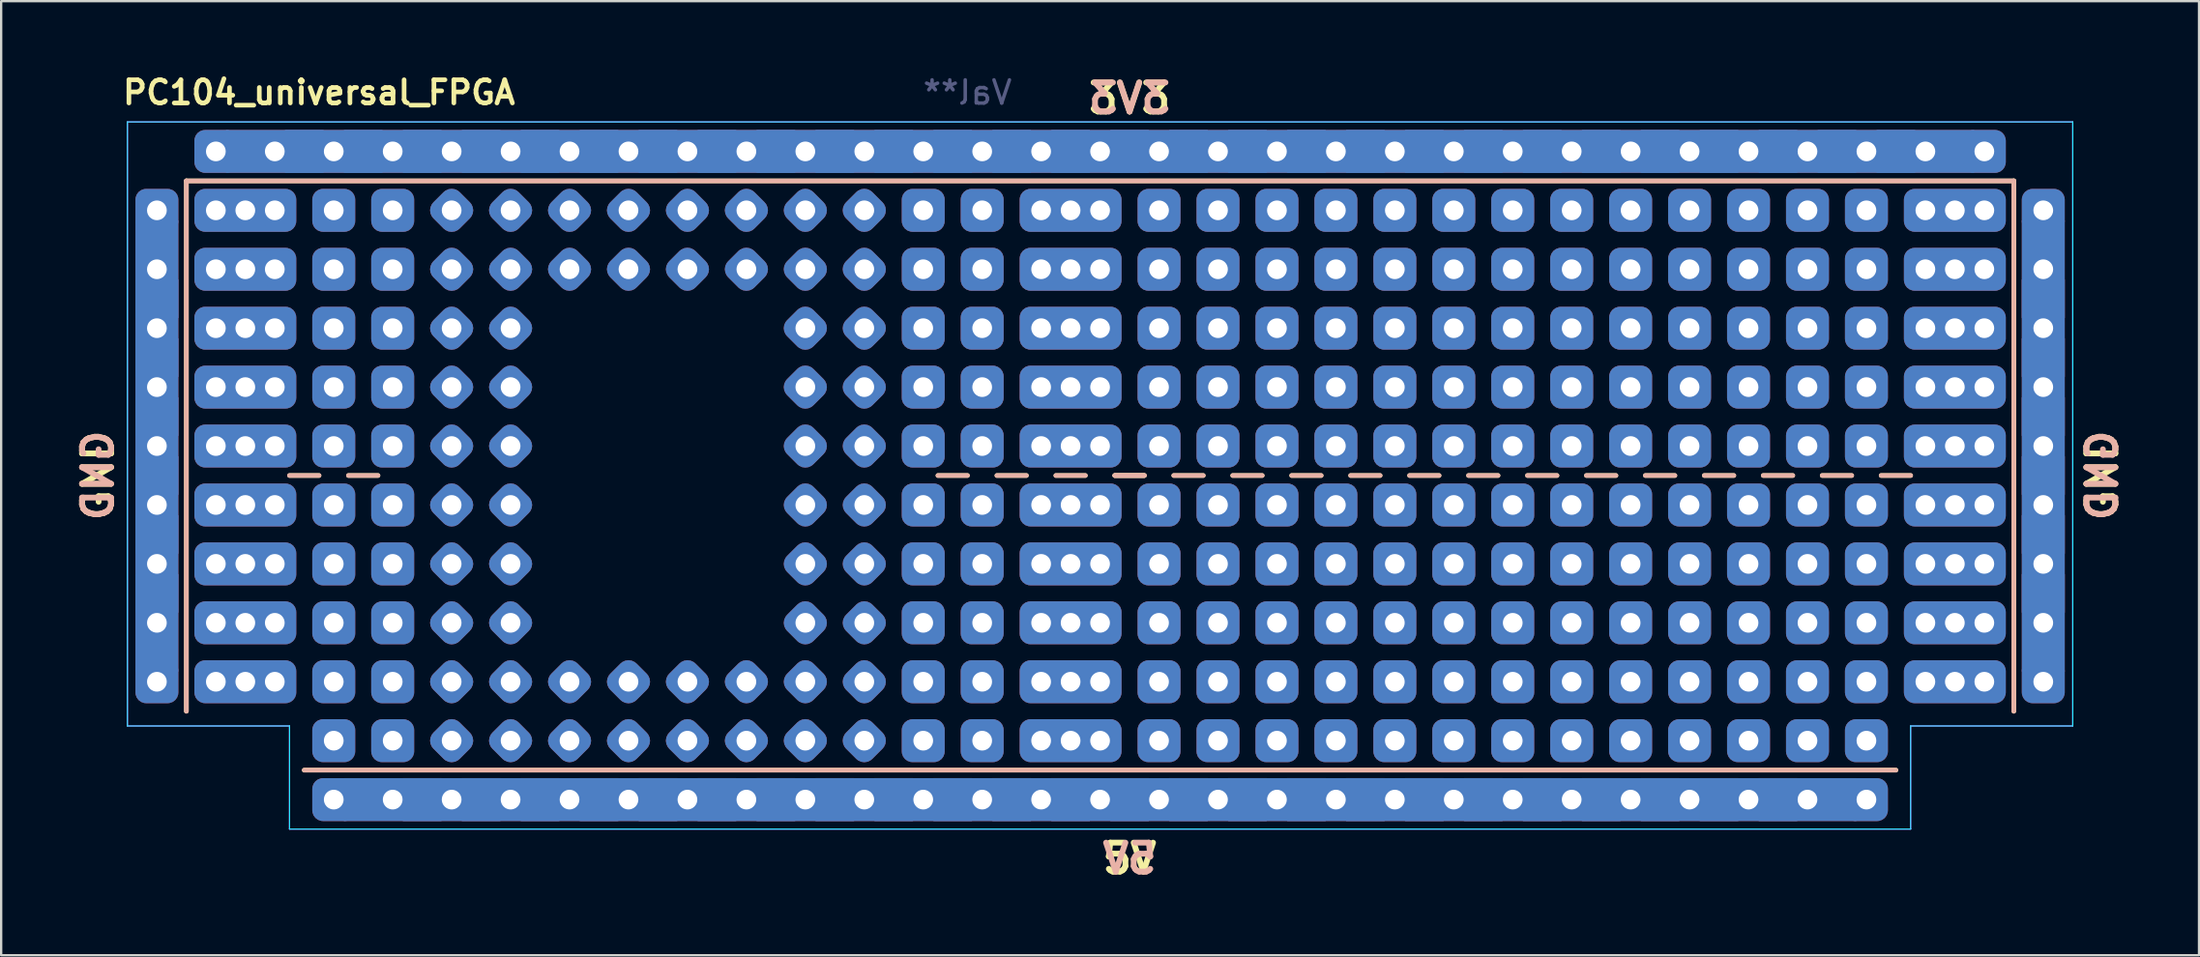
<source format=kicad_pcb>
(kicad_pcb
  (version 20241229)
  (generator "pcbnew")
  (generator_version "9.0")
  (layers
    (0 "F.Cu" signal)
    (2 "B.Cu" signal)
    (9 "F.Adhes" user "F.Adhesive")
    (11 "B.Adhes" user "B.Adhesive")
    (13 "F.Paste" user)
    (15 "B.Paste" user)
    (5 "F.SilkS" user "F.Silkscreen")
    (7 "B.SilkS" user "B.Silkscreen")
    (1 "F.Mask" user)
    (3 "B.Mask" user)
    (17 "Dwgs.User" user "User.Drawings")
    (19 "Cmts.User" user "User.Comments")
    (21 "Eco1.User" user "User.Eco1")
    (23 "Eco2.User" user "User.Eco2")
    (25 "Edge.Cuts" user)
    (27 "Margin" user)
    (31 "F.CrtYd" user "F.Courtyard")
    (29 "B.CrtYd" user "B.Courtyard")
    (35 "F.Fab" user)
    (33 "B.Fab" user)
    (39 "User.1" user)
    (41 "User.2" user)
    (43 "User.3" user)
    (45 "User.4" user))
  (footprint "PC104_universal_FPGA"
    (layer "F.Cu")
    (at 3.71 3.476)
    (property "Reference" "PC104_universal_FPGA" (at 6.985 -2.54 0) (layer "F.SilkS") (effects (font (size 1 1) (thickness 0.2))))
    (attr through_hole)
    (fp_line (start 1.27 1.27) (end 80.01 1.27) (stroke (width 0.2) (type solid)) (layer "F.SilkS"))
    (fp_line (start 1.27 24.13) (end 1.27 1.27) (stroke (width 0.2) (type solid)) (layer "F.SilkS"))
    (fp_line (start 5.715 13.97) (end 6.985 13.97) (stroke (width 0.2) (type solid)) (layer "F.SilkS"))
    (fp_line (start 8.255 13.97) (end 9.525 13.97) (stroke (width 0.2) (type solid)) (layer "F.SilkS"))
    (fp_line (start 33.655 13.97) (end 34.925 13.97) (stroke (width 0.2) (type solid)) (layer "F.SilkS"))
    (fp_line (start 36.195 13.97) (end 37.465 13.97) (stroke (width 0.2) (type solid)) (layer "F.SilkS"))
    (fp_line (start 38.735 13.97) (end 40.005 13.97) (stroke (width 0.2) (type solid)) (layer "F.SilkS"))
    (fp_line (start 41.275 13.97) (end 42.545 13.97) (stroke (width 0.2) (type solid)) (layer "F.SilkS"))
    (fp_line (start 41.275 13.97) (end 42.545 13.97) (stroke (width 0.2) (type solid)) (layer "F.SilkS"))
    (fp_line (start 43.815 13.97) (end 45.085 13.97) (stroke (width 0.2) (type solid)) (layer "F.SilkS"))
    (fp_line (start 46.355 13.97) (end 47.625 13.97) (stroke (width 0.2) (type solid)) (layer "F.SilkS"))
    (fp_line (start 48.895 13.97) (end 50.165 13.97) (stroke (width 0.2) (type solid)) (layer "F.SilkS"))
    (fp_line (start 51.435 13.97) (end 52.705 13.97) (stroke (width 0.2) (type solid)) (layer "F.SilkS"))
    (fp_line (start 53.975 13.97) (end 55.245 13.97) (stroke (width 0.2) (type solid)) (layer "F.SilkS"))
    (fp_line (start 56.515 13.97) (end 57.785 13.97) (stroke (width 0.2) (type solid)) (layer "F.SilkS"))
    (fp_line (start 59.055 13.97) (end 60.325 13.97) (stroke (width 0.2) (type solid)) (layer "F.SilkS"))
    (fp_line (start 61.595 13.97) (end 62.865 13.97) (stroke (width 0.2) (type solid)) (layer "F.SilkS"))
    (fp_line (start 64.135 13.97) (end 65.405 13.97) (stroke (width 0.2) (type solid)) (layer "F.SilkS"))
    (fp_line (start 66.675 13.97) (end 67.945 13.97) (stroke (width 0.2) (type solid)) (layer "F.SilkS"))
    (fp_line (start 69.215 13.97) (end 70.485 13.97) (stroke (width 0.2) (type solid)) (layer "F.SilkS"))
    (fp_line (start 71.755 13.97) (end 73.025 13.97) (stroke (width 0.2) (type solid)) (layer "F.SilkS"))
    (fp_line (start 74.295 13.97) (end 75.565 13.97) (stroke (width 0.2) (type solid)) (layer "F.SilkS"))
    (fp_line (start 74.93 26.67) (end 6.35 26.67) (stroke (width 0.2) (type solid)) (layer "F.SilkS"))
    (fp_line (start 80.01 1.27) (end 80.01 24.13) (stroke (width 0.2) (type solid)) (layer "F.SilkS"))
    (fp_line (start 1.27 1.27) (end 80.01 1.27) (stroke (width 0.2) (type solid)) (layer "B.SilkS"))
    (fp_line (start 1.27 24.13) (end 1.27 1.27) (stroke (width 0.2) (type solid)) (layer "B.SilkS"))
    (fp_line (start 5.715 13.97) (end 6.985 13.97) (stroke (width 0.2) (type solid)) (layer "B.SilkS"))
    (fp_line (start 8.255 13.97) (end 9.525 13.97) (stroke (width 0.2) (type solid)) (layer "B.SilkS"))
    (fp_line (start 33.655 13.97) (end 34.925 13.97) (stroke (width 0.2) (type solid)) (layer "B.SilkS"))
    (fp_line (start 36.195 13.97) (end 37.465 13.97) (stroke (width 0.2) (type solid)) (layer "B.SilkS"))
    (fp_line (start 38.735 13.97) (end 40.005 13.97) (stroke (width 0.2) (type solid)) (layer "B.SilkS"))
    (fp_line (start 41.275 13.97) (end 42.545 13.97) (stroke (width 0.2) (type solid)) (layer "B.SilkS"))
    (fp_line (start 41.275 13.97) (end 42.545 13.97) (stroke (width 0.2) (type solid)) (layer "B.SilkS"))
    (fp_line (start 43.815 13.97) (end 45.085 13.97) (stroke (width 0.2) (type solid)) (layer "B.SilkS"))
    (fp_line (start 46.355 13.97) (end 47.625 13.97) (stroke (width 0.2) (type solid)) (layer "B.SilkS"))
    (fp_line (start 48.895 13.97) (end 50.165 13.97) (stroke (width 0.2) (type solid)) (layer "B.SilkS"))
    (fp_line (start 51.435 13.97) (end 52.705 13.97) (stroke (width 0.2) (type solid)) (layer "B.SilkS"))
    (fp_line (start 53.975 13.97) (end 55.245 13.97) (stroke (width 0.2) (type solid)) (layer "B.SilkS"))
    (fp_line (start 56.515 13.97) (end 57.785 13.97) (stroke (width 0.2) (type solid)) (layer "B.SilkS"))
    (fp_line (start 59.055 13.97) (end 60.325 13.97) (stroke (width 0.2) (type solid)) (layer "B.SilkS"))
    (fp_line (start 61.595 13.97) (end 62.865 13.97) (stroke (width 0.2) (type solid)) (layer "B.SilkS"))
    (fp_line (start 64.135 13.97) (end 65.405 13.97) (stroke (width 0.2) (type solid)) (layer "B.SilkS"))
    (fp_line (start 66.675 13.97) (end 67.945 13.97) (stroke (width 0.2) (type solid)) (layer "B.SilkS"))
    (fp_line (start 69.215 13.97) (end 70.485 13.97) (stroke (width 0.2) (type solid)) (layer "B.SilkS"))
    (fp_line (start 71.755 13.97) (end 73.025 13.97) (stroke (width 0.2) (type solid)) (layer "B.SilkS"))
    (fp_line (start 74.295 13.97) (end 75.565 13.97) (stroke (width 0.2) (type solid)) (layer "B.SilkS"))
    (fp_line (start 74.93 26.67) (end 6.35 26.67) (stroke (width 0.2) (type solid)) (layer "B.SilkS"))
    (fp_line (start 80.01 1.27) (end 80.01 24.13) (stroke (width 0.2) (type solid)) (layer "B.SilkS"))
    (fp_line (start -1.27 -1.27) (end 82.55 -1.27) (stroke (width 0.05) (type solid)) (layer "B.CrtYd"))
    (fp_line (start -1.27 24.765) (end -1.27 -1.27) (stroke (width 0.05) (type solid)) (layer "B.CrtYd"))
    (fp_line (start 5.715 24.765) (end -1.27 24.765) (stroke (width 0.05) (type solid)) (layer "B.CrtYd"))
    (fp_line (start 5.715 29.21) (end 5.715 24.765) (stroke (width 0.05) (type solid)) (layer "B.CrtYd"))
    (fp_line (start 75.565 24.765) (end 75.565 29.21) (stroke (width 0.05) (type solid)) (layer "B.CrtYd"))
    (fp_line (start 75.565 29.21) (end 5.715 29.21) (stroke (width 0.05) (type solid)) (layer "B.CrtYd"))
    (fp_line (start 82.55 24.765) (end 75.565 24.765) (stroke (width 0.05) (type solid)) (layer "B.CrtYd"))
    (fp_line (start 82.55 24.765) (end 82.55 -1.27) (stroke (width 0.05) (type solid)) (layer "B.CrtYd"))
    (fp_line (start -1.27 -1.27) (end 82.55 -1.27) (stroke (width 0.05) (type solid)) (layer "F.CrtYd"))
    (fp_line (start -1.27 24.765) (end -1.27 -1.27) (stroke (width 0.05) (type solid)) (layer "F.CrtYd"))
    (fp_line (start 5.715 24.765) (end -1.27 24.765) (stroke (width 0.05) (type solid)) (layer "F.CrtYd"))
    (fp_line (start 5.715 29.21) (end 5.715 24.765) (stroke (width 0.05) (type solid)) (layer "F.CrtYd"))
    (fp_line (start 75.565 24.765) (end 75.565 29.21) (stroke (width 0.05) (type solid)) (layer "F.CrtYd"))
    (fp_line (start 75.565 29.21) (end 5.715 29.21) (stroke (width 0.05) (type solid)) (layer "F.CrtYd"))
    (fp_line (start 82.55 24.765) (end 75.565 24.765) (stroke (width 0.05) (type solid)) (layer "F.CrtYd"))
    (fp_line (start 82.55 24.765) (end 82.55 -1.27) (stroke (width 0.05) (type solid)) (layer "F.CrtYd"))
    (fp_text user "GND" (at -2.54 13.97 90) (layer "F.SilkS") (effects (font (size 1.25 1.25) (thickness 0.25))))
    (fp_text user "5V" (at 41.91 30.48 180) (layer "F.SilkS") (effects (font (size 1.25 1.25) (thickness 0.25))))
    (fp_text user "3V3" (at 41.91 -2.286 180) (layer "F.SilkS") (effects (font (size 1.25 1.25) (thickness 0.25))))
    (fp_text user "GND" (at 83.82 13.97 270) (layer "F.SilkS") (effects (font (size 1.25 1.25) (thickness 0.25))))
    (fp_text user "GND" (at 83.82 13.97 90) (layer "B.SilkS") (effects (font (size 1.25 1.25) (thickness 0.25)) (justify mirror)))
    (fp_text user "5V" (at 41.91 30.48 180) (layer "B.SilkS") (effects (font (size 1.25 1.25) (thickness 0.25)) (justify mirror)))
    (fp_text user "3V3" (at 41.91 -2.286 180) (layer "B.SilkS") (effects (font (size 1.25 1.25) (thickness 0.25)) (justify mirror)))
    (fp_text user "GND" (at -2.54 13.97 270) (layer "B.SilkS") (effects (font (size 1.25 1.25) (thickness 0.25)) (justify mirror)))
    (fp_text user "Val**" (at 34.925 -2.54 0) (layer "B.Fab") (effects (font (size 1 1) (thickness 0.15)) (justify mirror)))
    (pad "1" thru_hole roundrect (at 0 2.54 270) (size 1.85 1.85) (drill 0.85) (layers "*.Cu" "*.Mask") (roundrect_rratio 0.25))
    (pad "1" thru_hole rect (at 0 5.08 90) (size 4.2 1.85) (drill 0.85) (layers "*.Cu" "*.Mask"))
    (pad "1" thru_hole rect (at 0 7.62 90) (size 4.2 1.85) (drill 0.85) (layers "*.Cu" "*.Mask"))
    (pad "1" thru_hole rect (at 0 10.16 90) (size 4.2 1.85) (drill 0.85) (layers "*.Cu" "*.Mask"))
    (pad "1" thru_hole rect (at 0 12.7 90) (size 4.2 1.85) (drill 0.85) (layers "*.Cu" "*.Mask"))
    (pad "1" thru_hole rect (at 0 15.24 90) (size 4.2 1.85) (drill 0.85) (layers "*.Cu" "*.Mask"))
    (pad "1" thru_hole rect (at 0 17.78 90) (size 4.2 1.85) (drill 0.85) (layers "*.Cu" "*.Mask"))
    (pad "1" thru_hole rect (at 0 20.32 90) (size 4.2 1.85) (drill 0.85) (layers "*.Cu" "*.Mask"))
    (pad "1" thru_hole roundrect (at 0 22.86 270) (size 1.85 1.85) (drill 0.85) (layers "*.Cu" "*.Mask") (roundrect_rratio 0.25))
    (pad "1" thru_hole roundrect (at 81.28 2.54 270) (size 1.85 1.85) (drill 0.85) (layers "*.Cu" "*.Mask") (roundrect_rratio 0.25))
    (pad "1" thru_hole rect (at 81.28 5.08 90) (size 4.2 1.85) (drill 0.85) (layers "*.Cu" "*.Mask"))
    (pad "1" thru_hole rect (at 81.28 7.62 90) (size 4.2 1.85) (drill 0.85) (layers "*.Cu" "*.Mask"))
    (pad "1" thru_hole rect (at 81.28 10.16 90) (size 4.2 1.85) (drill 0.85) (layers "*.Cu" "*.Mask"))
    (pad "1" thru_hole rect (at 81.28 12.7 90) (size 4.2 1.85) (drill 0.85) (layers "*.Cu" "*.Mask"))
    (pad "1" thru_hole rect (at 81.28 15.24 90) (size 4.2 1.85) (drill 0.85) (layers "*.Cu" "*.Mask"))
    (pad "1" thru_hole rect (at 81.28 17.78 90) (size 4.2 1.85) (drill 0.85) (layers "*.Cu" "*.Mask"))
    (pad "1" thru_hole rect (at 81.28 20.32 90) (size 4.2 1.85) (drill 0.85) (layers "*.Cu" "*.Mask"))
    (pad "1" thru_hole roundrect (at 81.28 22.86 270) (size 1.85 1.85) (drill 0.85) (layers "*.Cu" "*.Mask") (roundrect_rratio 0.25))
    (pad "2" thru_hole roundrect (at 2.54 0) (size 1.85 1.85) (drill 0.85) (layers "*.Cu" "*.Mask") (roundrect_rratio 0.25))
    (pad "2" thru_hole rect (at 5.08 0) (size 4.2 1.85) (drill 0.85) (layers "*.Cu" "*.Mask"))
    (pad "2" thru_hole rect (at 7.62 0) (size 4.2 1.85) (drill 0.85) (layers "*.Cu" "*.Mask"))
    (pad "2" thru_hole rect (at 10.16 0) (size 4.2 1.85) (drill 0.85) (layers "*.Cu" "*.Mask"))
    (pad "2" thru_hole rect (at 12.7 0) (size 4.2 1.85) (drill 0.85) (layers "*.Cu" "*.Mask"))
    (pad "2" thru_hole rect (at 15.24 0) (size 4.2 1.85) (drill 0.85) (layers "*.Cu" "*.Mask"))
    (pad "2" thru_hole rect (at 17.78 0) (size 4.2 1.85) (drill 0.85) (layers "*.Cu" "*.Mask"))
    (pad "2" thru_hole rect (at 20.32 0) (size 4.2 1.85) (drill 0.85) (layers "*.Cu" "*.Mask"))
    (pad "2" thru_hole rect (at 22.86 0) (size 4.2 1.85) (drill 0.85) (layers "*.Cu" "*.Mask"))
    (pad "2" thru_hole rect (at 25.4 0) (size 4.2 1.85) (drill 0.85) (layers "*.Cu" "*.Mask"))
    (pad "2" thru_hole rect (at 27.94 0) (size 4.2 1.85) (drill 0.85) (layers "*.Cu" "*.Mask"))
    (pad "2" thru_hole rect (at 30.48 0) (size 4.2 1.85) (drill 0.85) (layers "*.Cu" "*.Mask"))
    (pad "2" thru_hole rect (at 33.02 0) (size 4.2 1.85) (drill 0.85) (layers "*.Cu" "*.Mask"))
    (pad "2" thru_hole rect (at 35.56 0) (size 4.2 1.85) (drill 0.85) (layers "*.Cu" "*.Mask"))
    (pad "2" thru_hole rect (at 38.1 0) (size 4.2 1.85) (drill 0.85) (layers "*.Cu" "*.Mask"))
    (pad "2" thru_hole rect (at 40.64 0) (size 4.2 1.85) (drill 0.85) (layers "*.Cu" "*.Mask"))
    (pad "2" thru_hole rect (at 43.18 0) (size 4.2 1.85) (drill 0.85) (layers "*.Cu" "*.Mask"))
    (pad "2" thru_hole rect (at 45.72 0) (size 4.2 1.85) (drill 0.85) (layers "*.Cu" "*.Mask"))
    (pad "2" thru_hole rect (at 48.26 0 180) (size 4.2 1.85) (drill 0.85) (layers "*.Cu" "*.Mask"))
    (pad "2" thru_hole rect (at 50.8 0) (size 4.2 1.85) (drill 0.85) (layers "*.Cu" "*.Mask"))
    (pad "2" thru_hole rect (at 53.34 0) (size 4.2 1.85) (drill 0.85) (layers "*.Cu" "*.Mask"))
    (pad "2" thru_hole rect (at 55.88 0) (size 4.2 1.85) (drill 0.85) (layers "*.Cu" "*.Mask"))
    (pad "2" thru_hole rect (at 58.42 0) (size 4.2 1.85) (drill 0.85) (layers "*.Cu" "*.Mask"))
    (pad "2" thru_hole rect (at 60.96 0) (size 4.2 1.85) (drill 0.85) (layers "*.Cu" "*.Mask"))
    (pad "2" thru_hole rect (at 63.5 0) (size 4.2 1.85) (drill 0.85) (layers "*.Cu" "*.Mask"))
    (pad "2" thru_hole rect (at 66.04 0) (size 4.2 1.85) (drill 0.85) (layers "*.Cu" "*.Mask"))
    (pad "2" thru_hole rect (at 68.58 0) (size 4.2 1.85) (drill 0.85) (layers "*.Cu" "*.Mask"))
    (pad "2" thru_hole rect (at 71.12 0) (size 4.2 1.85) (drill 0.85) (layers "*.Cu" "*.Mask"))
    (pad "2" thru_hole rect (at 73.66 0) (size 4.2 1.85) (drill 0.85) (layers "*.Cu" "*.Mask"))
    (pad "2" thru_hole rect (at 76.2 0) (size 4.2 1.85) (drill 0.85) (layers "*.Cu" "*.Mask"))
    (pad "2" thru_hole roundrect (at 78.74 0) (size 1.85 1.85) (drill 0.85) (layers "*.Cu" "*.Mask") (roundrect_rratio 0.25))
    (pad "3" thru_hole roundrect (at 7.62 27.94 270) (size 1.85 1.85) (drill 0.85) (layers "*.Cu" "*.Mask") (roundrect_rratio 0.25))
    (pad "3" thru_hole rect (at 10.16 27.94) (size 4.2 1.85) (drill 0.85) (layers "*.Cu" "*.Mask"))
    (pad "3" thru_hole rect (at 12.7 27.94) (size 4.2 1.85) (drill 0.85) (layers "*.Cu" "*.Mask"))
    (pad "3" thru_hole rect (at 15.24 27.94) (size 4.2 1.85) (drill 0.85) (layers "*.Cu" "*.Mask"))
    (pad "3" thru_hole rect (at 17.78 27.94) (size 4.2 1.85) (drill 0.85) (layers "*.Cu" "*.Mask"))
    (pad "3" thru_hole rect (at 20.32 27.94) (size 4.2 1.85) (drill 0.85) (layers "*.Cu" "*.Mask"))
    (pad "3" thru_hole rect (at 22.86 27.94) (size 4.2 1.85) (drill 0.85) (layers "*.Cu" "*.Mask"))
    (pad "3" thru_hole rect (at 25.4 27.94) (size 4.2 1.85) (drill 0.85) (layers "*.Cu" "*.Mask"))
    (pad "3" thru_hole rect (at 27.94 27.94) (size 4.2 1.85) (drill 0.85) (layers "*.Cu" "*.Mask"))
    (pad "3" thru_hole rect (at 30.48 27.94) (size 4.2 1.85) (drill 0.85) (layers "*.Cu" "*.Mask"))
    (pad "3" thru_hole rect (at 33.02 27.94) (size 4.2 1.85) (drill 0.85) (layers "*.Cu" "*.Mask"))
    (pad "3" thru_hole rect (at 35.56 27.94) (size 4.2 1.85) (drill 0.85) (layers "*.Cu" "*.Mask"))
    (pad "3" thru_hole rect (at 38.1 27.94) (size 4.2 1.85) (drill 0.85) (layers "*.Cu" "*.Mask"))
    (pad "3" thru_hole rect (at 40.64 27.94) (size 4.2 1.85) (drill 0.85) (layers "*.Cu" "*.Mask"))
    (pad "3" thru_hole rect (at 43.18 27.94) (size 4.2 1.85) (drill 0.85) (layers "*.Cu" "*.Mask"))
    (pad "3" thru_hole rect (at 45.72 27.94) (size 4.2 1.85) (drill 0.85) (layers "*.Cu" "*.Mask"))
    (pad "3" thru_hole rect (at 48.26 27.94) (size 4.2 1.85) (drill 0.85) (layers "*.Cu" "*.Mask"))
    (pad "3" thru_hole rect (at 50.8 27.94) (size 4.2 1.85) (drill 0.85) (layers "*.Cu" "*.Mask"))
    (pad "3" thru_hole rect (at 53.34 27.94) (size 4.2 1.85) (drill 0.85) (layers "*.Cu" "*.Mask"))
    (pad "3" thru_hole rect (at 55.88 27.94) (size 4.2 1.85) (drill 0.85) (layers "*.Cu" "*.Mask"))
    (pad "3" thru_hole rect (at 58.42 27.94) (size 4.2 1.85) (drill 0.85) (layers "*.Cu" "*.Mask"))
    (pad "3" thru_hole rect (at 60.96 27.94) (size 4.2 1.85) (drill 0.85) (layers "*.Cu" "*.Mask"))
    (pad "3" thru_hole rect (at 63.5 27.94) (size 4.2 1.85) (drill 0.85) (layers "*.Cu" "*.Mask"))
    (pad "3" thru_hole rect (at 66.04 27.94) (size 4.2 1.85) (drill 0.85) (layers "*.Cu" "*.Mask"))
    (pad "3" thru_hole rect (at 68.58 27.94) (size 4.2 1.85) (drill 0.85) (layers "*.Cu" "*.Mask"))
    (pad "3" thru_hole rect (at 71.12 27.94) (size 4.2 1.85) (drill 0.85) (layers "*.Cu" "*.Mask"))
    (pad "3" thru_hole roundrect (at 73.66 27.94 270) (size 1.85 1.85) (drill 0.85) (layers "*.Cu" "*.Mask") (roundrect_rratio 0.25))
    (pad "NC" thru_hole circle (at 2.54 2.54) (size 1.5 1.5) (drill 0.85) (layers "*.Cu" "*.Mask"))
    (pad "NC" thru_hole circle (at 2.54 5.08) (size 1.5 1.5) (drill 0.85) (layers "*.Cu" "*.Mask"))
    (pad "NC" thru_hole circle (at 2.54 7.62) (size 1.5 1.5) (drill 0.85) (layers "*.Cu" "*.Mask"))
    (pad "NC" thru_hole circle (at 2.54 10.16) (size 1.5 1.5) (drill 0.85) (layers "*.Cu" "*.Mask"))
    (pad "NC" thru_hole circle (at 2.54 12.7) (size 1.5 1.5) (drill 0.85) (layers "*.Cu" "*.Mask"))
    (pad "NC" thru_hole circle (at 2.54 15.24) (size 1.5 1.5) (drill 0.85) (layers "*.Cu" "*.Mask"))
    (pad "NC" thru_hole circle (at 2.54 17.78) (size 1.5 1.5) (drill 0.85) (layers "*.Cu" "*.Mask"))
    (pad "NC" thru_hole circle (at 2.54 20.32) (size 1.5 1.5) (drill 0.85) (layers "*.Cu" "*.Mask"))
    (pad "NC" thru_hole circle (at 2.54 22.86) (size 1.5 1.5) (drill 0.85) (layers "*.Cu" "*.Mask"))
    (pad "NC" thru_hole roundrect (at 3.81 2.54) (size 4.39 1.85) (drill 0.85) (layers "*.Cu" "*.Mask") (roundrect_rratio 0.25))
    (pad "NC" thru_hole roundrect (at 3.81 5.08) (size 4.39 1.85) (drill 0.85) (layers "*.Cu" "*.Mask") (roundrect_rratio 0.25))
    (pad "NC" thru_hole roundrect (at 3.81 7.62) (size 4.39 1.85) (drill 0.85) (layers "*.Cu" "*.Mask") (roundrect_rratio 0.25))
    (pad "NC" thru_hole roundrect (at 3.81 10.16) (size 4.39 1.85) (drill 0.85) (layers "*.Cu" "*.Mask") (roundrect_rratio 0.25))
    (pad "NC" thru_hole roundrect (at 3.81 12.7) (size 4.39 1.85) (drill 0.85) (layers "*.Cu" "*.Mask") (roundrect_rratio 0.25))
    (pad "NC" thru_hole roundrect (at 3.81 15.24) (size 4.39 1.85) (drill 0.85) (layers "*.Cu" "*.Mask") (roundrect_rratio 0.25))
    (pad "NC" thru_hole roundrect (at 3.81 17.78) (size 4.39 1.85) (drill 0.85) (layers "*.Cu" "*.Mask") (roundrect_rratio 0.25))
    (pad "NC" thru_hole roundrect (at 3.81 20.32) (size 4.39 1.85) (drill 0.85) (layers "*.Cu" "*.Mask") (roundrect_rratio 0.25))
    (pad "NC" thru_hole roundrect (at 3.81 22.86) (size 4.39 1.85) (drill 0.85) (layers "*.Cu" "*.Mask") (roundrect_rratio 0.25))
    (pad "NC" thru_hole circle (at 5.08 2.54) (size 1.5 1.5) (drill 0.85) (layers "*.Cu" "*.Mask"))
    (pad "NC" thru_hole circle (at 5.08 5.08) (size 1.5 1.5) (drill 0.85) (layers "*.Cu" "*.Mask"))
    (pad "NC" thru_hole circle (at 5.08 7.62) (size 1.5 1.5) (drill 0.85) (layers "*.Cu" "*.Mask"))
    (pad "NC" thru_hole circle (at 5.08 10.16) (size 1.5 1.5) (drill 0.85) (layers "*.Cu" "*.Mask"))
    (pad "NC" thru_hole circle (at 5.08 12.7) (size 1.5 1.5) (drill 0.85) (layers "*.Cu" "*.Mask"))
    (pad "NC" thru_hole circle (at 5.08 15.24) (size 1.5 1.5) (drill 0.85) (layers "*.Cu" "*.Mask"))
    (pad "NC" thru_hole circle (at 5.08 17.78) (size 1.5 1.5) (drill 0.85) (layers "*.Cu" "*.Mask"))
    (pad "NC" thru_hole circle (at 5.08 20.32) (size 1.5 1.5) (drill 0.85) (layers "*.Cu" "*.Mask"))
    (pad "NC" thru_hole circle (at 5.08 22.86) (size 1.5 1.5) (drill 0.85) (layers "*.Cu" "*.Mask"))
    (pad "NC" thru_hole roundrect (at 7.62 2.54) (size 1.85 1.85) (drill 0.85) (layers "*.Cu" "*.Mask") (roundrect_rratio 0.25))
    (pad "NC" thru_hole roundrect (at 7.62 5.08) (size 1.85 1.85) (drill 0.85) (layers "*.Cu" "*.Mask") (roundrect_rratio 0.25))
    (pad "NC" thru_hole roundrect (at 7.62 7.62) (size 1.85 1.85) (drill 0.85) (layers "*.Cu" "*.Mask") (roundrect_rratio 0.25))
    (pad "NC" thru_hole roundrect (at 7.62 10.16) (size 1.85 1.85) (drill 0.85) (layers "*.Cu" "*.Mask") (roundrect_rratio 0.25))
    (pad "NC" thru_hole roundrect (at 7.62 12.7) (size 1.85 1.85) (drill 0.85) (layers "*.Cu" "*.Mask") (roundrect_rratio 0.25))
    (pad "NC" thru_hole roundrect (at 7.62 15.24) (size 1.85 1.85) (drill 0.85) (layers "*.Cu" "*.Mask") (roundrect_rratio 0.25))
    (pad "NC" thru_hole roundrect (at 7.62 17.78) (size 1.85 1.85) (drill 0.85) (layers "*.Cu" "*.Mask") (roundrect_rratio 0.25))
    (pad "NC" thru_hole roundrect (at 7.62 20.32) (size 1.85 1.85) (drill 0.85) (layers "*.Cu" "*.Mask") (roundrect_rratio 0.25))
    (pad "NC" thru_hole roundrect (at 7.62 22.86) (size 1.85 1.85) (drill 0.85) (layers "*.Cu" "*.Mask") (roundrect_rratio 0.25))
    (pad "NC" thru_hole roundrect (at 7.62 25.4) (size 1.85 1.85) (drill 0.85) (layers "*.Cu" "*.Mask") (roundrect_rratio 0.25))
    (pad "NC" thru_hole roundrect (at 10.16 2.54) (size 1.85 1.85) (drill 0.85) (layers "*.Cu" "*.Mask") (roundrect_rratio 0.25))
    (pad "NC" thru_hole roundrect (at 10.16 5.08) (size 1.85 1.85) (drill 0.85) (layers "*.Cu" "*.Mask") (roundrect_rratio 0.25))
    (pad "NC" thru_hole roundrect (at 10.16 7.62) (size 1.85 1.85) (drill 0.85) (layers "*.Cu" "*.Mask") (roundrect_rratio 0.25))
    (pad "NC" thru_hole roundrect (at 10.16 10.16) (size 1.85 1.85) (drill 0.85) (layers "*.Cu" "*.Mask") (roundrect_rratio 0.25))
    (pad "NC" thru_hole roundrect (at 10.16 12.7) (size 1.85 1.85) (drill 0.85) (layers "*.Cu" "*.Mask") (roundrect_rratio 0.25))
    (pad "NC" thru_hole roundrect (at 10.16 15.24) (size 1.85 1.85) (drill 0.85) (layers "*.Cu" "*.Mask") (roundrect_rratio 0.25))
    (pad "NC" thru_hole roundrect (at 10.16 17.78) (size 1.85 1.85) (drill 0.85) (layers "*.Cu" "*.Mask") (roundrect_rratio 0.25))
    (pad "NC" thru_hole roundrect (at 10.16 20.32) (size 1.85 1.85) (drill 0.85) (layers "*.Cu" "*.Mask") (roundrect_rratio 0.25))
    (pad "NC" thru_hole roundrect (at 10.16 22.86) (size 1.85 1.85) (drill 0.85) (layers "*.Cu" "*.Mask") (roundrect_rratio 0.25))
    (pad "NC" thru_hole roundrect (at 10.16 25.4) (size 1.85 1.85) (drill 0.85) (layers "*.Cu" "*.Mask") (roundrect_rratio 0.25))
    (pad "NC" thru_hole roundrect (at 12.7 2.54 315) (size 1.6 1.6) (drill 0.85) (layers "*.Cu" "*.Mask") (roundrect_rratio 0.305))
    (pad "NC" thru_hole roundrect (at 12.7 5.08 315) (size 1.6 1.6) (drill 0.85) (layers "*.Cu" "*.Mask") (roundrect_rratio 0.305))
    (pad "NC" thru_hole roundrect (at 12.7 7.62 315) (size 1.6 1.6) (drill 0.85) (layers "*.Cu" "*.Mask") (roundrect_rratio 0.305))
    (pad "NC" thru_hole roundrect (at 12.7 10.16 315) (size 1.6 1.6) (drill 0.85) (layers "*.Cu" "*.Mask") (roundrect_rratio 0.305))
    (pad "NC" thru_hole roundrect (at 12.7 12.7 315) (size 1.6 1.6) (drill 0.85) (layers "*.Cu" "*.Mask") (roundrect_rratio 0.305))
    (pad "NC" thru_hole roundrect (at 12.7 15.24 315) (size 1.6 1.6) (drill 0.85) (layers "*.Cu" "*.Mask") (roundrect_rratio 0.305))
    (pad "NC" thru_hole roundrect (at 12.7 17.78 315) (size 1.6 1.6) (drill 0.85) (layers "*.Cu" "*.Mask") (roundrect_rratio 0.305))
    (pad "NC" thru_hole roundrect (at 12.7 20.32 315) (size 1.6 1.6) (drill 0.85) (layers "*.Cu" "*.Mask") (roundrect_rratio 0.305))
    (pad "NC" thru_hole roundrect (at 12.7 22.86 315) (size 1.6 1.6) (drill 0.85) (layers "*.Cu" "*.Mask") (roundrect_rratio 0.305))
    (pad "NC" thru_hole roundrect (at 12.7 25.4 315) (size 1.6 1.6) (drill 0.85) (layers "*.Cu" "*.Mask") (roundrect_rratio 0.305))
    (pad "NC" thru_hole roundrect (at 15.24 2.54 315) (size 1.6 1.6) (drill 0.85) (layers "*.Cu" "*.Mask") (roundrect_rratio 0.305))
    (pad "NC" thru_hole roundrect (at 15.24 5.08 315) (size 1.6 1.6) (drill 0.85) (layers "*.Cu" "*.Mask") (roundrect_rratio 0.305))
    (pad "NC" thru_hole roundrect (at 15.24 7.62 315) (size 1.6 1.6) (drill 0.85) (layers "*.Cu" "*.Mask") (roundrect_rratio 0.305))
    (pad "NC" thru_hole roundrect (at 15.24 10.16 315) (size 1.6 1.6) (drill 0.85) (layers "*.Cu" "*.Mask") (roundrect_rratio 0.305))
    (pad "NC" thru_hole roundrect (at 15.24 12.7 315) (size 1.6 1.6) (drill 0.85) (layers "*.Cu" "*.Mask") (roundrect_rratio 0.305))
    (pad "NC" thru_hole roundrect (at 15.24 15.24 315) (size 1.6 1.6) (drill 0.85) (layers "*.Cu" "*.Mask") (roundrect_rratio 0.305))
    (pad "NC" thru_hole roundrect (at 15.24 17.78 315) (size 1.6 1.6) (drill 0.85) (layers "*.Cu" "*.Mask") (roundrect_rratio 0.305))
    (pad "NC" thru_hole roundrect (at 15.24 20.32 315) (size 1.6 1.6) (drill 0.85) (layers "*.Cu" "*.Mask") (roundrect_rratio 0.305))
    (pad "NC" thru_hole roundrect (at 15.24 22.86 315) (size 1.6 1.6) (drill 0.85) (layers "*.Cu" "*.Mask") (roundrect_rratio 0.305))
    (pad "NC" thru_hole roundrect (at 15.24 25.4 315) (size 1.6 1.6) (drill 0.85) (layers "*.Cu" "*.Mask") (roundrect_rratio 0.305))
    (pad "NC" thru_hole roundrect (at 17.78 2.54 315) (size 1.6 1.6) (drill 0.85) (layers "*.Cu" "*.Mask") (roundrect_rratio 0.305))
    (pad "NC" thru_hole roundrect (at 17.78 5.08 315) (size 1.6 1.6) (drill 0.85) (layers "*.Cu" "*.Mask") (roundrect_rratio 0.305))
    (pad "NC" thru_hole roundrect (at 17.78 22.86 315) (size 1.6 1.6) (drill 0.85) (layers "*.Cu" "*.Mask") (roundrect_rratio 0.305))
    (pad "NC" thru_hole roundrect (at 17.78 25.4 315) (size 1.6 1.6) (drill 0.85) (layers "*.Cu" "*.Mask") (roundrect_rratio 0.305))
    (pad "NC" thru_hole roundrect (at 20.32 2.54 315) (size 1.6 1.6) (drill 0.85) (layers "*.Cu" "*.Mask") (roundrect_rratio 0.305))
    (pad "NC" thru_hole roundrect (at 20.32 5.08 315) (size 1.6 1.6) (drill 0.85) (layers "*.Cu" "*.Mask") (roundrect_rratio 0.305))
    (pad "NC" thru_hole roundrect (at 20.32 22.86 315) (size 1.6 1.6) (drill 0.85) (layers "*.Cu" "*.Mask") (roundrect_rratio 0.305))
    (pad "NC" thru_hole roundrect (at 20.32 25.4 315) (size 1.6 1.6) (drill 0.85) (layers "*.Cu" "*.Mask") (roundrect_rratio 0.305))
    (pad "NC" thru_hole roundrect (at 22.86 2.54 315) (size 1.6 1.6) (drill 0.85) (layers "*.Cu" "*.Mask") (roundrect_rratio 0.305))
    (pad "NC" thru_hole roundrect (at 22.86 5.08 315) (size 1.6 1.6) (drill 0.85) (layers "*.Cu" "*.Mask") (roundrect_rratio 0.305))
    (pad "NC" thru_hole roundrect (at 22.86 22.86 315) (size 1.6 1.6) (drill 0.85) (layers "*.Cu" "*.Mask") (roundrect_rratio 0.305))
    (pad "NC" thru_hole roundrect (at 22.86 25.4 315) (size 1.6 1.6) (drill 0.85) (layers "*.Cu" "*.Mask") (roundrect_rratio 0.305))
    (pad "NC" thru_hole roundrect (at 25.4 2.54 315) (size 1.6 1.6) (drill 0.85) (layers "*.Cu" "*.Mask") (roundrect_rratio 0.305))
    (pad "NC" thru_hole roundrect (at 25.4 5.08 315) (size 1.6 1.6) (drill 0.85) (layers "*.Cu" "*.Mask") (roundrect_rratio 0.305))
    (pad "NC" thru_hole roundrect (at 25.4 22.86 315) (size 1.6 1.6) (drill 0.85) (layers "*.Cu" "*.Mask") (roundrect_rratio 0.305))
    (pad "NC" thru_hole roundrect (at 25.4 25.4 315) (size 1.6 1.6) (drill 0.85) (layers "*.Cu" "*.Mask") (roundrect_rratio 0.305))
    (pad "NC" thru_hole roundrect (at 27.94 2.54 315) (size 1.6 1.6) (drill 0.85) (layers "*.Cu" "*.Mask") (roundrect_rratio 0.305))
    (pad "NC" thru_hole roundrect (at 27.94 5.08 315) (size 1.6 1.6) (drill 0.85) (layers "*.Cu" "*.Mask") (roundrect_rratio 0.305))
    (pad "NC" thru_hole roundrect (at 27.94 7.62 315) (size 1.6 1.6) (drill 0.85) (layers "*.Cu" "*.Mask") (roundrect_rratio 0.305))
    (pad "NC" thru_hole roundrect (at 27.94 10.16 315) (size 1.6 1.6) (drill 0.85) (layers "*.Cu" "*.Mask") (roundrect_rratio 0.305))
    (pad "NC" thru_hole roundrect (at 27.94 12.7 315) (size 1.6 1.6) (drill 0.85) (layers "*.Cu" "*.Mask") (roundrect_rratio 0.305))
    (pad "NC" thru_hole roundrect (at 27.94 15.24 315) (size 1.6 1.6) (drill 0.85) (layers "*.Cu" "*.Mask") (roundrect_rratio 0.305))
    (pad "NC" thru_hole roundrect (at 27.94 17.78 315) (size 1.6 1.6) (drill 0.85) (layers "*.Cu" "*.Mask") (roundrect_rratio 0.305))
    (pad "NC" thru_hole roundrect (at 27.94 20.32 315) (size 1.6 1.6) (drill 0.85) (layers "*.Cu" "*.Mask") (roundrect_rratio 0.305))
    (pad "NC" thru_hole roundrect (at 27.94 22.86 315) (size 1.6 1.6) (drill 0.85) (layers "*.Cu" "*.Mask") (roundrect_rratio 0.305))
    (pad "NC" thru_hole roundrect (at 27.94 25.4 315) (size 1.6 1.6) (drill 0.85) (layers "*.Cu" "*.Mask") (roundrect_rratio 0.305))
    (pad "NC" thru_hole roundrect (at 30.48 2.54 315) (size 1.6 1.6) (drill 0.85) (layers "*.Cu" "*.Mask") (roundrect_rratio 0.305))
    (pad "NC" thru_hole roundrect (at 30.48 5.08 315) (size 1.6 1.6) (drill 0.85) (layers "*.Cu" "*.Mask") (roundrect_rratio 0.305))
    (pad "NC" thru_hole roundrect (at 30.48 7.62 315) (size 1.6 1.6) (drill 0.85) (layers "*.Cu" "*.Mask") (roundrect_rratio 0.305))
    (pad "NC" thru_hole roundrect (at 30.48 10.16 315) (size 1.6 1.6) (drill 0.85) (layers "*.Cu" "*.Mask") (roundrect_rratio 0.305))
    (pad "NC" thru_hole roundrect (at 30.48 12.7 315) (size 1.6 1.6) (drill 0.85) (layers "*.Cu" "*.Mask") (roundrect_rratio 0.305))
    (pad "NC" thru_hole roundrect (at 30.48 15.24 315) (size 1.6 1.6) (drill 0.85) (layers "*.Cu" "*.Mask") (roundrect_rratio 0.305))
    (pad "NC" thru_hole roundrect (at 30.48 17.78 315) (size 1.6 1.6) (drill 0.85) (layers "*.Cu" "*.Mask") (roundrect_rratio 0.305))
    (pad "NC" thru_hole roundrect (at 30.48 20.32 315) (size 1.6 1.6) (drill 0.85) (layers "*.Cu" "*.Mask") (roundrect_rratio 0.305))
    (pad "NC" thru_hole roundrect (at 30.48 22.86 315) (size 1.6 1.6) (drill 0.85) (layers "*.Cu" "*.Mask") (roundrect_rratio 0.305))
    (pad "NC" thru_hole roundrect (at 30.48 25.4 315) (size 1.6 1.6) (drill 0.85) (layers "*.Cu" "*.Mask") (roundrect_rratio 0.305))
    (pad "NC" thru_hole roundrect (at 33.02 2.54) (size 1.85 1.85) (drill 0.85) (layers "*.Cu" "*.Mask") (roundrect_rratio 0.25))
    (pad "NC" thru_hole roundrect (at 33.02 5.08) (size 1.85 1.85) (drill 0.85) (layers "*.Cu" "*.Mask") (roundrect_rratio 0.25))
    (pad "NC" thru_hole roundrect (at 33.02 7.62) (size 1.85 1.85) (drill 0.85) (layers "*.Cu" "*.Mask") (roundrect_rratio 0.25))
    (pad "NC" thru_hole roundrect (at 33.02 10.16) (size 1.85 1.85) (drill 0.85) (layers "*.Cu" "*.Mask") (roundrect_rratio 0.25))
    (pad "NC" thru_hole roundrect (at 33.02 12.7) (size 1.85 1.85) (drill 0.85) (layers "*.Cu" "*.Mask") (roundrect_rratio 0.25))
    (pad "NC" thru_hole roundrect (at 33.02 15.24) (size 1.85 1.85) (drill 0.85) (layers "*.Cu" "*.Mask") (roundrect_rratio 0.25))
    (pad "NC" thru_hole roundrect (at 33.02 17.78) (size 1.85 1.85) (drill 0.85) (layers "*.Cu" "*.Mask") (roundrect_rratio 0.25))
    (pad "NC" thru_hole roundrect (at 33.02 20.32) (size 1.85 1.85) (drill 0.85) (layers "*.Cu" "*.Mask") (roundrect_rratio 0.25))
    (pad "NC" thru_hole roundrect (at 33.02 22.86) (size 1.85 1.85) (drill 0.85) (layers "*.Cu" "*.Mask") (roundrect_rratio 0.25))
    (pad "NC" thru_hole roundrect (at 33.02 25.4) (size 1.85 1.85) (drill 0.85) (layers "*.Cu" "*.Mask") (roundrect_rratio 0.25))
    (pad "NC" thru_hole roundrect (at 35.56 2.54) (size 1.85 1.85) (drill 0.85) (layers "*.Cu" "*.Mask") (roundrect_rratio 0.25))
    (pad "NC" thru_hole roundrect (at 35.56 5.08) (size 1.85 1.85) (drill 0.85) (layers "*.Cu" "*.Mask") (roundrect_rratio 0.25))
    (pad "NC" thru_hole roundrect (at 35.56 7.62) (size 1.85 1.85) (drill 0.85) (layers "*.Cu" "*.Mask") (roundrect_rratio 0.25))
    (pad "NC" thru_hole roundrect (at 35.56 10.16) (size 1.85 1.85) (drill 0.85) (layers "*.Cu" "*.Mask") (roundrect_rratio 0.25))
    (pad "NC" thru_hole roundrect (at 35.56 12.7) (size 1.85 1.85) (drill 0.85) (layers "*.Cu" "*.Mask") (roundrect_rratio 0.25))
    (pad "NC" thru_hole roundrect (at 35.56 15.24) (size 1.85 1.85) (drill 0.85) (layers "*.Cu" "*.Mask") (roundrect_rratio 0.25))
    (pad "NC" thru_hole roundrect (at 35.56 17.78) (size 1.85 1.85) (drill 0.85) (layers "*.Cu" "*.Mask") (roundrect_rratio 0.25))
    (pad "NC" thru_hole roundrect (at 35.56 20.32) (size 1.85 1.85) (drill 0.85) (layers "*.Cu" "*.Mask") (roundrect_rratio 0.25))
    (pad "NC" thru_hole roundrect (at 35.56 22.86) (size 1.85 1.85) (drill 0.85) (layers "*.Cu" "*.Mask") (roundrect_rratio 0.25))
    (pad "NC" thru_hole roundrect (at 35.56 25.4) (size 1.85 1.85) (drill 0.85) (layers "*.Cu" "*.Mask") (roundrect_rratio 0.25))
    (pad "NC" thru_hole circle (at 38.1 2.54) (size 1.5 1.5) (drill 0.85) (layers "*.Cu" "*.Mask"))
    (pad "NC" thru_hole circle (at 38.1 5.08) (size 1.5 1.5) (drill 0.85) (layers "*.Cu" "*.Mask"))
    (pad "NC" thru_hole circle (at 38.1 7.62) (size 1.5 1.5) (drill 0.85) (layers "*.Cu" "*.Mask"))
    (pad "NC" thru_hole circle (at 38.1 10.16) (size 1.5 1.5) (drill 0.85) (layers "*.Cu" "*.Mask"))
    (pad "NC" thru_hole circle (at 38.1 12.7) (size 1.5 1.5) (drill 0.85) (layers "*.Cu" "*.Mask"))
    (pad "NC" thru_hole circle (at 38.1 15.24) (size 1.5 1.5) (drill 0.85) (layers "*.Cu" "*.Mask"))
    (pad "NC" thru_hole circle (at 38.1 17.78) (size 1.5 1.5) (drill 0.85) (layers "*.Cu" "*.Mask"))
    (pad "NC" thru_hole circle (at 38.1 20.32) (size 1.5 1.5) (drill 0.85) (layers "*.Cu" "*.Mask"))
    (pad "NC" thru_hole circle (at 38.1 22.86) (size 1.5 1.5) (drill 0.85) (layers "*.Cu" "*.Mask"))
    (pad "NC" thru_hole circle (at 38.1 25.4) (size 1.5 1.5) (drill 0.85) (layers "*.Cu" "*.Mask"))
    (pad "NC" thru_hole roundrect (at 39.37 2.54) (size 4.39 1.85) (drill 0.85) (layers "*.Cu" "*.Mask") (roundrect_rratio 0.25))
    (pad "NC" thru_hole roundrect (at 39.37 5.08) (size 4.39 1.85) (drill 0.85) (layers "*.Cu" "*.Mask") (roundrect_rratio 0.25))
    (pad "NC" thru_hole roundrect (at 39.37 7.62) (size 4.39 1.85) (drill 0.85) (layers "*.Cu" "*.Mask") (roundrect_rratio 0.25))
    (pad "NC" thru_hole roundrect (at 39.37 10.16) (size 4.39 1.85) (drill 0.85) (layers "*.Cu" "*.Mask") (roundrect_rratio 0.25))
    (pad "NC" thru_hole roundrect (at 39.37 12.7) (size 4.39 1.85) (drill 0.85) (layers "*.Cu" "*.Mask") (roundrect_rratio 0.25))
    (pad "NC" thru_hole roundrect (at 39.37 15.24) (size 4.39 1.85) (drill 0.85) (layers "*.Cu" "*.Mask") (roundrect_rratio 0.25))
    (pad "NC" thru_hole roundrect (at 39.37 17.78) (size 4.39 1.85) (drill 0.85) (layers "*.Cu" "*.Mask") (roundrect_rratio 0.25))
    (pad "NC" thru_hole roundrect (at 39.37 20.32) (size 4.39 1.85) (drill 0.85) (layers "*.Cu" "*.Mask") (roundrect_rratio 0.25))
    (pad "NC" thru_hole roundrect (at 39.37 22.86) (size 4.39 1.85) (drill 0.85) (layers "*.Cu" "*.Mask") (roundrect_rratio 0.25))
    (pad "NC" thru_hole roundrect (at 39.37 25.4) (size 4.39 1.85) (drill 0.85) (layers "*.Cu" "*.Mask") (roundrect_rratio 0.25))
    (pad "NC" thru_hole circle (at 40.64 2.54) (size 1.5 1.5) (drill 0.85) (layers "*.Cu" "*.Mask"))
    (pad "NC" thru_hole circle (at 40.64 5.08) (size 1.5 1.5) (drill 0.85) (layers "*.Cu" "*.Mask"))
    (pad "NC" thru_hole circle (at 40.64 7.62) (size 1.5 1.5) (drill 0.85) (layers "*.Cu" "*.Mask"))
    (pad "NC" thru_hole circle (at 40.64 10.16) (size 1.5 1.5) (drill 0.85) (layers "*.Cu" "*.Mask"))
    (pad "NC" thru_hole circle (at 40.64 12.7) (size 1.5 1.5) (drill 0.85) (layers "*.Cu" "*.Mask"))
    (pad "NC" thru_hole circle (at 40.64 15.24) (size 1.5 1.5) (drill 0.85) (layers "*.Cu" "*.Mask"))
    (pad "NC" thru_hole circle (at 40.64 17.78) (size 1.5 1.5) (drill 0.85) (layers "*.Cu" "*.Mask"))
    (pad "NC" thru_hole circle (at 40.64 20.32) (size 1.5 1.5) (drill 0.85) (layers "*.Cu" "*.Mask"))
    (pad "NC" thru_hole circle (at 40.64 22.86) (size 1.5 1.5) (drill 0.85) (layers "*.Cu" "*.Mask"))
    (pad "NC" thru_hole circle (at 40.64 25.4) (size 1.5 1.5) (drill 0.85) (layers "*.Cu" "*.Mask"))
    (pad "NC" thru_hole roundrect (at 43.18 2.54) (size 1.85 1.85) (drill 0.85) (layers "*.Cu" "*.Mask") (roundrect_rratio 0.25))
    (pad "NC" thru_hole roundrect (at 43.18 5.08) (size 1.85 1.85) (drill 0.85) (layers "*.Cu" "*.Mask") (roundrect_rratio 0.25))
    (pad "NC" thru_hole roundrect (at 43.18 7.62) (size 1.85 1.85) (drill 0.85) (layers "*.Cu" "*.Mask") (roundrect_rratio 0.25))
    (pad "NC" thru_hole roundrect (at 43.18 10.16) (size 1.85 1.85) (drill 0.85) (layers "*.Cu" "*.Mask") (roundrect_rratio 0.25))
    (pad "NC" thru_hole roundrect (at 43.18 12.7) (size 1.85 1.85) (drill 0.85) (layers "*.Cu" "*.Mask") (roundrect_rratio 0.25))
    (pad "NC" thru_hole roundrect (at 43.18 15.24) (size 1.85 1.85) (drill 0.85) (layers "*.Cu" "*.Mask") (roundrect_rratio 0.25))
    (pad "NC" thru_hole roundrect (at 43.18 17.78) (size 1.85 1.85) (drill 0.85) (layers "*.Cu" "*.Mask") (roundrect_rratio 0.25))
    (pad "NC" thru_hole roundrect (at 43.18 20.32) (size 1.85 1.85) (drill 0.85) (layers "*.Cu" "*.Mask") (roundrect_rratio 0.25))
    (pad "NC" thru_hole roundrect (at 43.18 22.86) (size 1.85 1.85) (drill 0.85) (layers "*.Cu" "*.Mask") (roundrect_rratio 0.25))
    (pad "NC" thru_hole roundrect (at 43.18 25.4) (size 1.85 1.85) (drill 0.85) (layers "*.Cu" "*.Mask") (roundrect_rratio 0.25))
    (pad "NC" thru_hole roundrect (at 45.72 2.54) (size 1.85 1.85) (drill 0.85) (layers "*.Cu" "*.Mask") (roundrect_rratio 0.25))
    (pad "NC" thru_hole roundrect (at 45.72 5.08) (size 1.85 1.85) (drill 0.85) (layers "*.Cu" "*.Mask") (roundrect_rratio 0.25))
    (pad "NC" thru_hole roundrect (at 45.72 7.62) (size 1.85 1.85) (drill 0.85) (layers "*.Cu" "*.Mask") (roundrect_rratio 0.25))
    (pad "NC" thru_hole roundrect (at 45.72 10.16) (size 1.85 1.85) (drill 0.85) (layers "*.Cu" "*.Mask") (roundrect_rratio 0.25))
    (pad "NC" thru_hole roundrect (at 45.72 12.7) (size 1.85 1.85) (drill 0.85) (layers "*.Cu" "*.Mask") (roundrect_rratio 0.25))
    (pad "NC" thru_hole roundrect (at 45.72 15.24) (size 1.85 1.85) (drill 0.85) (layers "*.Cu" "*.Mask") (roundrect_rratio 0.25))
    (pad "NC" thru_hole roundrect (at 45.72 17.78) (size 1.85 1.85) (drill 0.85) (layers "*.Cu" "*.Mask") (roundrect_rratio 0.25))
    (pad "NC" thru_hole roundrect (at 45.72 20.32) (size 1.85 1.85) (drill 0.85) (layers "*.Cu" "*.Mask") (roundrect_rratio 0.25))
    (pad "NC" thru_hole roundrect (at 45.72 22.86) (size 1.85 1.85) (drill 0.85) (layers "*.Cu" "*.Mask") (roundrect_rratio 0.25))
    (pad "NC" thru_hole roundrect (at 45.72 25.4) (size 1.85 1.85) (drill 0.85) (layers "*.Cu" "*.Mask") (roundrect_rratio 0.25))
    (pad "NC" thru_hole roundrect (at 48.26 2.54) (size 1.85 1.85) (drill 0.85) (layers "*.Cu" "*.Mask") (roundrect_rratio 0.25))
    (pad "NC" thru_hole roundrect (at 48.26 5.08) (size 1.85 1.85) (drill 0.85) (layers "*.Cu" "*.Mask") (roundrect_rratio 0.25))
    (pad "NC" thru_hole roundrect (at 48.26 7.62) (size 1.85 1.85) (drill 0.85) (layers "*.Cu" "*.Mask") (roundrect_rratio 0.25))
    (pad "NC" thru_hole roundrect (at 48.26 10.16) (size 1.85 1.85) (drill 0.85) (layers "*.Cu" "*.Mask") (roundrect_rratio 0.25))
    (pad "NC" thru_hole roundrect (at 48.26 12.7) (size 1.85 1.85) (drill 0.85) (layers "*.Cu" "*.Mask") (roundrect_rratio 0.25))
    (pad "NC" thru_hole roundrect (at 48.26 15.24) (size 1.85 1.85) (drill 0.85) (layers "*.Cu" "*.Mask") (roundrect_rratio 0.25))
    (pad "NC" thru_hole roundrect (at 48.26 17.78) (size 1.85 1.85) (drill 0.85) (layers "*.Cu" "*.Mask") (roundrect_rratio 0.25))
    (pad "NC" thru_hole roundrect (at 48.26 20.32) (size 1.85 1.85) (drill 0.85) (layers "*.Cu" "*.Mask") (roundrect_rratio 0.25))
    (pad "NC" thru_hole roundrect (at 48.26 22.86) (size 1.85 1.85) (drill 0.85) (layers "*.Cu" "*.Mask") (roundrect_rratio 0.25))
    (pad "NC" thru_hole roundrect (at 48.26 25.4) (size 1.85 1.85) (drill 0.85) (layers "*.Cu" "*.Mask") (roundrect_rratio 0.25))
    (pad "NC" thru_hole roundrect (at 50.8 2.54) (size 1.85 1.85) (drill 0.85) (layers "*.Cu" "*.Mask") (roundrect_rratio 0.25))
    (pad "NC" thru_hole roundrect (at 50.8 5.08) (size 1.85 1.85) (drill 0.85) (layers "*.Cu" "*.Mask") (roundrect_rratio 0.25))
    (pad "NC" thru_hole roundrect (at 50.8 7.62) (size 1.85 1.85) (drill 0.85) (layers "*.Cu" "*.Mask") (roundrect_rratio 0.25))
    (pad "NC" thru_hole roundrect (at 50.8 10.16) (size 1.85 1.85) (drill 0.85) (layers "*.Cu" "*.Mask") (roundrect_rratio 0.25))
    (pad "NC" thru_hole roundrect (at 50.8 12.7) (size 1.85 1.85) (drill 0.85) (layers "*.Cu" "*.Mask") (roundrect_rratio 0.25))
    (pad "NC" thru_hole roundrect (at 50.8 15.24) (size 1.85 1.85) (drill 0.85) (layers "*.Cu" "*.Mask") (roundrect_rratio 0.25))
    (pad "NC" thru_hole roundrect (at 50.8 17.78) (size 1.85 1.85) (drill 0.85) (layers "*.Cu" "*.Mask") (roundrect_rratio 0.25))
    (pad "NC" thru_hole roundrect (at 50.8 20.32) (size 1.85 1.85) (drill 0.85) (layers "*.Cu" "*.Mask") (roundrect_rratio 0.25))
    (pad "NC" thru_hole roundrect (at 50.8 22.86) (size 1.85 1.85) (drill 0.85) (layers "*.Cu" "*.Mask") (roundrect_rratio 0.25))
    (pad "NC" thru_hole roundrect (at 50.8 25.4) (size 1.85 1.85) (drill 0.85) (layers "*.Cu" "*.Mask") (roundrect_rratio 0.25))
    (pad "NC" thru_hole roundrect (at 53.34 2.54) (size 1.85 1.85) (drill 0.85) (layers "*.Cu" "*.Mask") (roundrect_rratio 0.25))
    (pad "NC" thru_hole roundrect (at 53.34 5.08) (size 1.85 1.85) (drill 0.85) (layers "*.Cu" "*.Mask") (roundrect_rratio 0.25))
    (pad "NC" thru_hole roundrect (at 53.34 7.62) (size 1.85 1.85) (drill 0.85) (layers "*.Cu" "*.Mask") (roundrect_rratio 0.25))
    (pad "NC" thru_hole roundrect (at 53.34 10.16) (size 1.85 1.85) (drill 0.85) (layers "*.Cu" "*.Mask") (roundrect_rratio 0.25))
    (pad "NC" thru_hole roundrect (at 53.34 12.7) (size 1.85 1.85) (drill 0.85) (layers "*.Cu" "*.Mask") (roundrect_rratio 0.25))
    (pad "NC" thru_hole roundrect (at 53.34 15.24) (size 1.85 1.85) (drill 0.85) (layers "*.Cu" "*.Mask") (roundrect_rratio 0.25))
    (pad "NC" thru_hole roundrect (at 53.34 17.78) (size 1.85 1.85) (drill 0.85) (layers "*.Cu" "*.Mask") (roundrect_rratio 0.25))
    (pad "NC" thru_hole roundrect (at 53.34 20.32) (size 1.85 1.85) (drill 0.85) (layers "*.Cu" "*.Mask") (roundrect_rratio 0.25))
    (pad "NC" thru_hole roundrect (at 53.34 22.86) (size 1.85 1.85) (drill 0.85) (layers "*.Cu" "*.Mask") (roundrect_rratio 0.25))
    (pad "NC" thru_hole roundrect (at 53.34 25.4) (size 1.85 1.85) (drill 0.85) (layers "*.Cu" "*.Mask") (roundrect_rratio 0.25))
    (pad "NC" thru_hole roundrect (at 55.88 2.54) (size 1.85 1.85) (drill 0.85) (layers "*.Cu" "*.Mask") (roundrect_rratio 0.25))
    (pad "NC" thru_hole roundrect (at 55.88 5.08) (size 1.85 1.85) (drill 0.85) (layers "*.Cu" "*.Mask") (roundrect_rratio 0.25))
    (pad "NC" thru_hole roundrect (at 55.88 7.62) (size 1.85 1.85) (drill 0.85) (layers "*.Cu" "*.Mask") (roundrect_rratio 0.25))
    (pad "NC" thru_hole roundrect (at 55.88 10.16) (size 1.85 1.85) (drill 0.85) (layers "*.Cu" "*.Mask") (roundrect_rratio 0.25))
    (pad "NC" thru_hole roundrect (at 55.88 12.7) (size 1.85 1.85) (drill 0.85) (layers "*.Cu" "*.Mask") (roundrect_rratio 0.25))
    (pad "NC" thru_hole roundrect (at 55.88 15.24) (size 1.85 1.85) (drill 0.85) (layers "*.Cu" "*.Mask") (roundrect_rratio 0.25))
    (pad "NC" thru_hole roundrect (at 55.88 17.78) (size 1.85 1.85) (drill 0.85) (layers "*.Cu" "*.Mask") (roundrect_rratio 0.25))
    (pad "NC" thru_hole roundrect (at 55.88 20.32) (size 1.85 1.85) (drill 0.85) (layers "*.Cu" "*.Mask") (roundrect_rratio 0.25))
    (pad "NC" thru_hole roundrect (at 55.88 22.86) (size 1.85 1.85) (drill 0.85) (layers "*.Cu" "*.Mask") (roundrect_rratio 0.25))
    (pad "NC" thru_hole roundrect (at 55.88 25.4) (size 1.85 1.85) (drill 0.85) (layers "*.Cu" "*.Mask") (roundrect_rratio 0.25))
    (pad "NC" thru_hole roundrect (at 58.42 2.54) (size 1.85 1.85) (drill 0.85) (layers "*.Cu" "*.Mask") (roundrect_rratio 0.25))
    (pad "NC" thru_hole roundrect (at 58.42 5.08) (size 1.85 1.85) (drill 0.85) (layers "*.Cu" "*.Mask") (roundrect_rratio 0.25))
    (pad "NC" thru_hole roundrect (at 58.42 7.62) (size 1.85 1.85) (drill 0.85) (layers "*.Cu" "*.Mask") (roundrect_rratio 0.25))
    (pad "NC" thru_hole roundrect (at 58.42 10.16) (size 1.85 1.85) (drill 0.85) (layers "*.Cu" "*.Mask") (roundrect_rratio 0.25))
    (pad "NC" thru_hole roundrect (at 58.42 12.7) (size 1.85 1.85) (drill 0.85) (layers "*.Cu" "*.Mask") (roundrect_rratio 0.25))
    (pad "NC" thru_hole roundrect (at 58.42 15.24) (size 1.85 1.85) (drill 0.85) (layers "*.Cu" "*.Mask") (roundrect_rratio 0.25))
    (pad "NC" thru_hole roundrect (at 58.42 17.78) (size 1.85 1.85) (drill 0.85) (layers "*.Cu" "*.Mask") (roundrect_rratio 0.25))
    (pad "NC" thru_hole roundrect (at 58.42 20.32) (size 1.85 1.85) (drill 0.85) (layers "*.Cu" "*.Mask") (roundrect_rratio 0.25))
    (pad "NC" thru_hole roundrect (at 58.42 22.86) (size 1.85 1.85) (drill 0.85) (layers "*.Cu" "*.Mask") (roundrect_rratio 0.25))
    (pad "NC" thru_hole roundrect (at 58.42 25.4) (size 1.85 1.85) (drill 0.85) (layers "*.Cu" "*.Mask") (roundrect_rratio 0.25))
    (pad "NC" thru_hole roundrect (at 60.96 2.54) (size 1.85 1.85) (drill 0.85) (layers "*.Cu" "*.Mask") (roundrect_rratio 0.25))
    (pad "NC" thru_hole roundrect (at 60.96 5.08) (size 1.85 1.85) (drill 0.85) (layers "*.Cu" "*.Mask") (roundrect_rratio 0.25))
    (pad "NC" thru_hole roundrect (at 60.96 7.62) (size 1.85 1.85) (drill 0.85) (layers "*.Cu" "*.Mask") (roundrect_rratio 0.25))
    (pad "NC" thru_hole roundrect (at 60.96 10.16) (size 1.85 1.85) (drill 0.85) (layers "*.Cu" "*.Mask") (roundrect_rratio 0.25))
    (pad "NC" thru_hole roundrect (at 60.96 12.7) (size 1.85 1.85) (drill 0.85) (layers "*.Cu" "*.Mask") (roundrect_rratio 0.25))
    (pad "NC" thru_hole roundrect (at 60.96 15.24) (size 1.85 1.85) (drill 0.85) (layers "*.Cu" "*.Mask") (roundrect_rratio 0.25))
    (pad "NC" thru_hole roundrect (at 60.96 17.78) (size 1.85 1.85) (drill 0.85) (layers "*.Cu" "*.Mask") (roundrect_rratio 0.25))
    (pad "NC" thru_hole roundrect (at 60.96 20.32) (size 1.85 1.85) (drill 0.85) (layers "*.Cu" "*.Mask") (roundrect_rratio 0.25))
    (pad "NC" thru_hole roundrect (at 60.96 22.86) (size 1.85 1.85) (drill 0.85) (layers "*.Cu" "*.Mask") (roundrect_rratio 0.25))
    (pad "NC" thru_hole roundrect (at 60.96 25.4) (size 1.85 1.85) (drill 0.85) (layers "*.Cu" "*.Mask") (roundrect_rratio 0.25))
    (pad "NC" thru_hole roundrect (at 63.5 2.54) (size 1.85 1.85) (drill 0.85) (layers "*.Cu" "*.Mask") (roundrect_rratio 0.25))
    (pad "NC" thru_hole roundrect (at 63.5 5.08) (size 1.85 1.85) (drill 0.85) (layers "*.Cu" "*.Mask") (roundrect_rratio 0.25))
    (pad "NC" thru_hole roundrect (at 63.5 7.62) (size 1.85 1.85) (drill 0.85) (layers "*.Cu" "*.Mask") (roundrect_rratio 0.25))
    (pad "NC" thru_hole roundrect (at 63.5 10.16) (size 1.85 1.85) (drill 0.85) (layers "*.Cu" "*.Mask") (roundrect_rratio 0.25))
    (pad "NC" thru_hole roundrect (at 63.5 12.7) (size 1.85 1.85) (drill 0.85) (layers "*.Cu" "*.Mask") (roundrect_rratio 0.25))
    (pad "NC" thru_hole roundrect (at 63.5 15.24) (size 1.85 1.85) (drill 0.85) (layers "*.Cu" "*.Mask") (roundrect_rratio 0.25))
    (pad "NC" thru_hole roundrect (at 63.5 17.78) (size 1.85 1.85) (drill 0.85) (layers "*.Cu" "*.Mask") (roundrect_rratio 0.25))
    (pad "NC" thru_hole roundrect (at 63.5 20.32) (size 1.85 1.85) (drill 0.85) (layers "*.Cu" "*.Mask") (roundrect_rratio 0.25))
    (pad "NC" thru_hole roundrect (at 63.5 22.86) (size 1.85 1.85) (drill 0.85) (layers "*.Cu" "*.Mask") (roundrect_rratio 0.25))
    (pad "NC" thru_hole roundrect (at 63.5 25.4) (size 1.85 1.85) (drill 0.85) (layers "*.Cu" "*.Mask") (roundrect_rratio 0.25))
    (pad "NC" thru_hole roundrect (at 66.04 2.54) (size 1.85 1.85) (drill 0.85) (layers "*.Cu" "*.Mask") (roundrect_rratio 0.25))
    (pad "NC" thru_hole roundrect (at 66.04 5.08) (size 1.85 1.85) (drill 0.85) (layers "*.Cu" "*.Mask") (roundrect_rratio 0.25))
    (pad "NC" thru_hole roundrect (at 66.04 7.62) (size 1.85 1.85) (drill 0.85) (layers "*.Cu" "*.Mask") (roundrect_rratio 0.25))
    (pad "NC" thru_hole roundrect (at 66.04 10.16) (size 1.85 1.85) (drill 0.85) (layers "*.Cu" "*.Mask") (roundrect_rratio 0.25))
    (pad "NC" thru_hole roundrect (at 66.04 12.7) (size 1.85 1.85) (drill 0.85) (layers "*.Cu" "*.Mask") (roundrect_rratio 0.25))
    (pad "NC" thru_hole roundrect (at 66.04 15.24) (size 1.85 1.85) (drill 0.85) (layers "*.Cu" "*.Mask") (roundrect_rratio 0.25))
    (pad "NC" thru_hole roundrect (at 66.04 17.78) (size 1.85 1.85) (drill 0.85) (layers "*.Cu" "*.Mask") (roundrect_rratio 0.25))
    (pad "NC" thru_hole roundrect (at 66.04 20.32) (size 1.85 1.85) (drill 0.85) (layers "*.Cu" "*.Mask") (roundrect_rratio 0.25))
    (pad "NC" thru_hole roundrect (at 66.04 22.86) (size 1.85 1.85) (drill 0.85) (layers "*.Cu" "*.Mask") (roundrect_rratio 0.25))
    (pad "NC" thru_hole roundrect (at 66.04 25.4) (size 1.85 1.85) (drill 0.85) (layers "*.Cu" "*.Mask") (roundrect_rratio 0.25))
    (pad "NC" thru_hole roundrect (at 68.58 2.54) (size 1.85 1.85) (drill 0.85) (layers "*.Cu" "*.Mask") (roundrect_rratio 0.25))
    (pad "NC" thru_hole roundrect (at 68.58 5.08) (size 1.85 1.85) (drill 0.85) (layers "*.Cu" "*.Mask") (roundrect_rratio 0.25))
    (pad "NC" thru_hole roundrect (at 68.58 7.62) (size 1.85 1.85) (drill 0.85) (layers "*.Cu" "*.Mask") (roundrect_rratio 0.25))
    (pad "NC" thru_hole roundrect (at 68.58 10.16) (size 1.85 1.85) (drill 0.85) (layers "*.Cu" "*.Mask") (roundrect_rratio 0.25))
    (pad "NC" thru_hole roundrect (at 68.58 12.7) (size 1.85 1.85) (drill 0.85) (layers "*.Cu" "*.Mask") (roundrect_rratio 0.25))
    (pad "NC" thru_hole roundrect (at 68.58 15.24) (size 1.85 1.85) (drill 0.85) (layers "*.Cu" "*.Mask") (roundrect_rratio 0.25))
    (pad "NC" thru_hole roundrect (at 68.58 17.78) (size 1.85 1.85) (drill 0.85) (layers "*.Cu" "*.Mask") (roundrect_rratio 0.25))
    (pad "NC" thru_hole roundrect (at 68.58 20.32) (size 1.85 1.85) (drill 0.85) (layers "*.Cu" "*.Mask") (roundrect_rratio 0.25))
    (pad "NC" thru_hole roundrect (at 68.58 22.86) (size 1.85 1.85) (drill 0.85) (layers "*.Cu" "*.Mask") (roundrect_rratio 0.25))
    (pad "NC" thru_hole roundrect (at 68.58 25.4) (size 1.85 1.85) (drill 0.85) (layers "*.Cu" "*.Mask") (roundrect_rratio 0.25))
    (pad "NC" thru_hole roundrect (at 71.12 2.54) (size 1.85 1.85) (drill 0.85) (layers "*.Cu" "*.Mask") (roundrect_rratio 0.25))
    (pad "NC" thru_hole roundrect (at 71.12 5.08) (size 1.85 1.85) (drill 0.85) (layers "*.Cu" "*.Mask") (roundrect_rratio 0.25))
    (pad "NC" thru_hole roundrect (at 71.12 7.62) (size 1.85 1.85) (drill 0.85) (layers "*.Cu" "*.Mask") (roundrect_rratio 0.25))
    (pad "NC" thru_hole roundrect (at 71.12 10.16) (size 1.85 1.85) (drill 0.85) (layers "*.Cu" "*.Mask") (roundrect_rratio 0.25))
    (pad "NC" thru_hole roundrect (at 71.12 12.7) (size 1.85 1.85) (drill 0.85) (layers "*.Cu" "*.Mask") (roundrect_rratio 0.25))
    (pad "NC" thru_hole roundrect (at 71.12 15.24) (size 1.85 1.85) (drill 0.85) (layers "*.Cu" "*.Mask") (roundrect_rratio 0.25))
    (pad "NC" thru_hole roundrect (at 71.12 17.78) (size 1.85 1.85) (drill 0.85) (layers "*.Cu" "*.Mask") (roundrect_rratio 0.25))
    (pad "NC" thru_hole roundrect (at 71.12 20.32) (size 1.85 1.85) (drill 0.85) (layers "*.Cu" "*.Mask") (roundrect_rratio 0.25))
    (pad "NC" thru_hole roundrect (at 71.12 22.86) (size 1.85 1.85) (drill 0.85) (layers "*.Cu" "*.Mask") (roundrect_rratio 0.25))
    (pad "NC" thru_hole roundrect (at 71.12 25.4) (size 1.85 1.85) (drill 0.85) (layers "*.Cu" "*.Mask") (roundrect_rratio 0.25))
    (pad "NC" thru_hole roundrect (at 73.66 2.54) (size 1.85 1.85) (drill 0.85) (layers "*.Cu" "*.Mask") (roundrect_rratio 0.25))
    (pad "NC" thru_hole roundrect (at 73.66 5.08) (size 1.85 1.85) (drill 0.85) (layers "*.Cu" "*.Mask") (roundrect_rratio 0.25))
    (pad "NC" thru_hole roundrect (at 73.66 7.62) (size 1.85 1.85) (drill 0.85) (layers "*.Cu" "*.Mask") (roundrect_rratio 0.25))
    (pad "NC" thru_hole roundrect (at 73.66 10.16) (size 1.85 1.85) (drill 0.85) (layers "*.Cu" "*.Mask") (roundrect_rratio 0.25))
    (pad "NC" thru_hole roundrect (at 73.66 12.7) (size 1.85 1.85) (drill 0.85) (layers "*.Cu" "*.Mask") (roundrect_rratio 0.25))
    (pad "NC" thru_hole roundrect (at 73.66 15.24) (size 1.85 1.85) (drill 0.85) (layers "*.Cu" "*.Mask") (roundrect_rratio 0.25))
    (pad "NC" thru_hole roundrect (at 73.66 17.78) (size 1.85 1.85) (drill 0.85) (layers "*.Cu" "*.Mask") (roundrect_rratio 0.25))
    (pad "NC" thru_hole roundrect (at 73.66 20.32) (size 1.85 1.85) (drill 0.85) (layers "*.Cu" "*.Mask") (roundrect_rratio 0.25))
    (pad "NC" thru_hole roundrect (at 73.66 22.86) (size 1.85 1.85) (drill 0.85) (layers "*.Cu" "*.Mask") (roundrect_rratio 0.25))
    (pad "NC" thru_hole roundrect (at 73.66 25.4) (size 1.85 1.85) (drill 0.85) (layers "*.Cu" "*.Mask") (roundrect_rratio 0.25))
    (pad "NC" thru_hole circle (at 76.2 2.54) (size 1.5 1.5) (drill 0.85) (layers "*.Cu" "*.Mask"))
    (pad "NC" thru_hole circle (at 76.2 5.08) (size 1.5 1.5) (drill 0.85) (layers "*.Cu" "*.Mask"))
    (pad "NC" thru_hole circle (at 76.2 7.62) (size 1.5 1.5) (drill 0.85) (layers "*.Cu" "*.Mask"))
    (pad "NC" thru_hole circle (at 76.2 10.16) (size 1.5 1.5) (drill 0.85) (layers "*.Cu" "*.Mask"))
    (pad "NC" thru_hole circle (at 76.2 12.7) (size 1.5 1.5) (drill 0.85) (layers "*.Cu" "*.Mask"))
    (pad "NC" thru_hole circle (at 76.2 15.24) (size 1.5 1.5) (drill 0.85) (layers "*.Cu" "*.Mask"))
    (pad "NC" thru_hole circle (at 76.2 17.78) (size 1.5 1.5) (drill 0.85) (layers "*.Cu" "*.Mask"))
    (pad "NC" thru_hole circle (at 76.2 20.32) (size 1.5 1.5) (drill 0.85) (layers "*.Cu" "*.Mask"))
    (pad "NC" thru_hole circle (at 76.2 22.86) (size 1.5 1.5) (drill 0.85) (layers "*.Cu" "*.Mask"))
    (pad "NC" thru_hole roundrect (at 77.47 2.54) (size 4.39 1.85) (drill 0.85) (layers "*.Cu" "*.Mask") (roundrect_rratio 0.25))
    (pad "NC" thru_hole roundrect (at 77.47 5.08) (size 4.39 1.85) (drill 0.85) (layers "*.Cu" "*.Mask") (roundrect_rratio 0.25))
    (pad "NC" thru_hole roundrect (at 77.47 7.62) (size 4.39 1.85) (drill 0.85) (layers "*.Cu" "*.Mask") (roundrect_rratio 0.25))
    (pad "NC" thru_hole roundrect (at 77.47 10.16) (size 4.39 1.85) (drill 0.85) (layers "*.Cu" "*.Mask") (roundrect_rratio 0.25))
    (pad "NC" thru_hole roundrect (at 77.47 12.7) (size 4.39 1.85) (drill 0.85) (layers "*.Cu" "*.Mask") (roundrect_rratio 0.25))
    (pad "NC" thru_hole roundrect (at 77.47 15.24) (size 4.39 1.85) (drill 0.85) (layers "*.Cu" "*.Mask") (roundrect_rratio 0.25))
    (pad "NC" thru_hole roundrect (at 77.47 17.78) (size 4.39 1.85) (drill 0.85) (layers "*.Cu" "*.Mask") (roundrect_rratio 0.25))
    (pad "NC" thru_hole roundrect (at 77.47 20.32) (size 4.39 1.85) (drill 0.85) (layers "*.Cu" "*.Mask") (roundrect_rratio 0.25))
    (pad "NC" thru_hole roundrect (at 77.47 22.86) (size 4.39 1.85) (drill 0.85) (layers "*.Cu" "*.Mask") (roundrect_rratio 0.25))
    (pad "NC" thru_hole circle (at 78.74 2.54) (size 1.5 1.5) (drill 0.85) (layers "*.Cu" "*.Mask"))
    (pad "NC" thru_hole circle (at 78.74 5.08) (size 1.5 1.5) (drill 0.85) (layers "*.Cu" "*.Mask"))
    (pad "NC" thru_hole circle (at 78.74 7.62) (size 1.5 1.5) (drill 0.85) (layers "*.Cu" "*.Mask"))
    (pad "NC" thru_hole circle (at 78.74 10.16) (size 1.5 1.5) (drill 0.85) (layers "*.Cu" "*.Mask"))
    (pad "NC" thru_hole circle (at 78.74 12.7) (size 1.5 1.5) (drill 0.85) (layers "*.Cu" "*.Mask"))
    (pad "NC" thru_hole circle (at 78.74 15.24) (size 1.5 1.5) (drill 0.85) (layers "*.Cu" "*.Mask"))
    (pad "NC" thru_hole circle (at 78.74 17.78) (size 1.5 1.5) (drill 0.85) (layers "*.Cu" "*.Mask"))
    (pad "NC" thru_hole circle (at 78.74 20.32) (size 1.5 1.5) (drill 0.85) (layers "*.Cu" "*.Mask"))
    (pad "NC" thru_hole circle (at 78.74 22.86) (size 1.5 1.5) (drill 0.85) (layers "*.Cu" "*.Mask")))
  (gr_rect
    (start -3 -3)
    (end 91.7 38.126)
    (stroke (width 0.1) (type default))
    (fill no)
    (layer "Edge.Cuts")))
</source>
